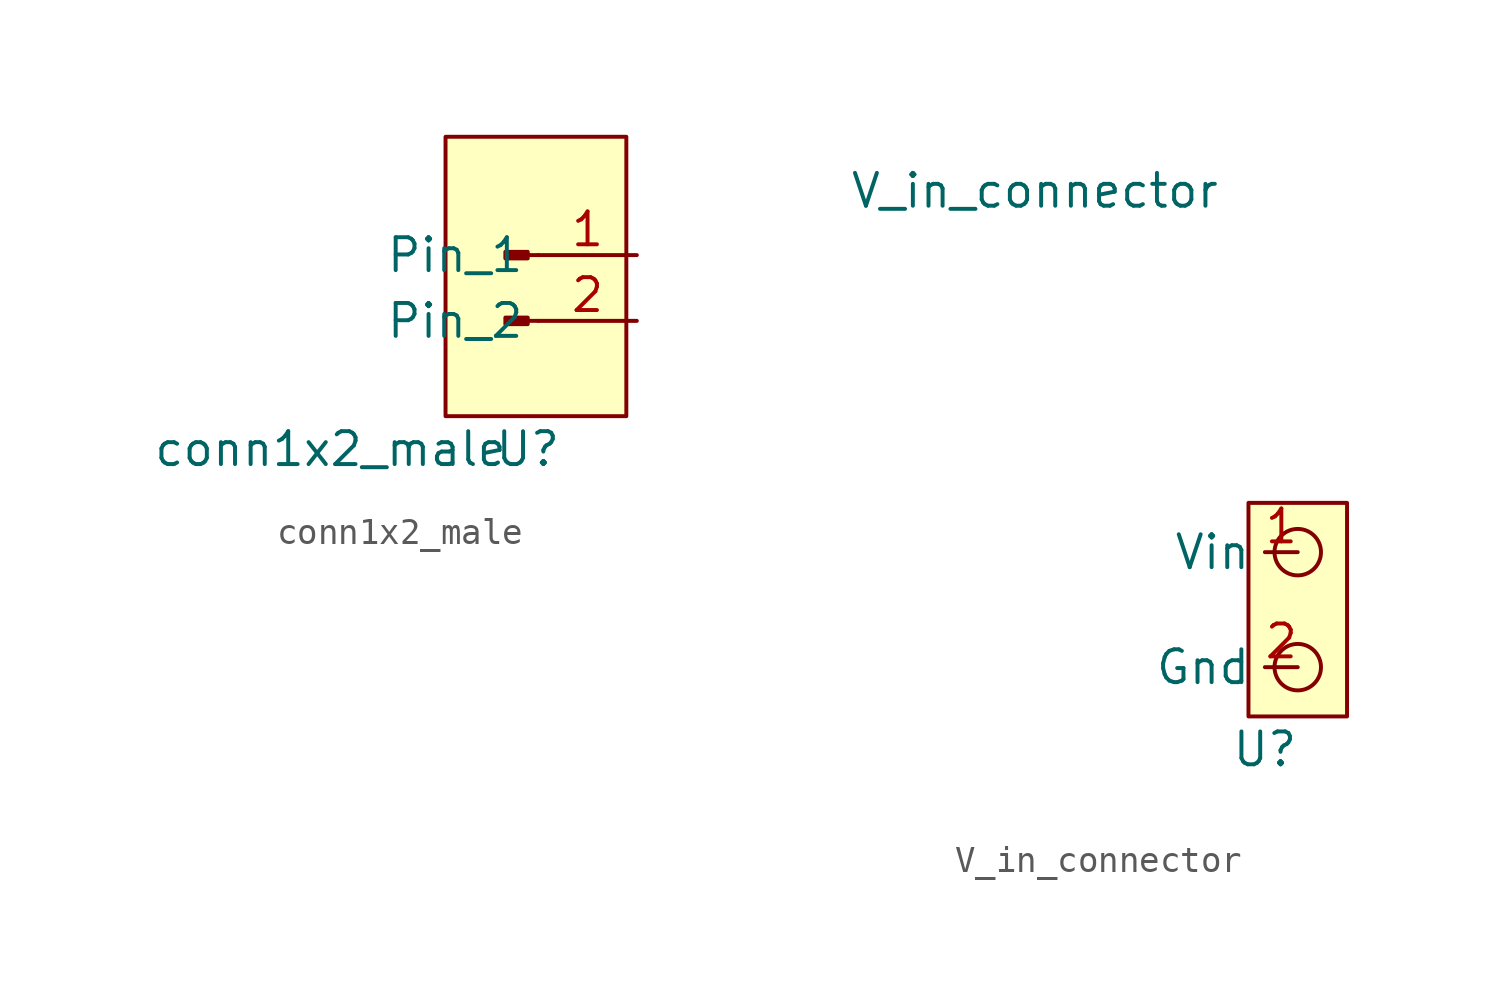
<source format=kicad_sym>
(kicad_symbol_lib
  (version 20211014)
  (generator kicad_symbol_editor)
  (symbol "conn1x2_male"
    (property "Reference" "U"
      (at -0.635 -6.35 0)
      (effects (font (size 1.27 1.27))))
    (property "Value" "conn1x2_male"
      (at -8.255 -6.35 0)
      (effects (font (size 1.27 1.27))))
    (symbol "conn1x2_male_0_1"
      (rectangle (start -3.81 5.715) (end 3.175 -5.08) (stroke (width 0) (type default) (color 0 0 0 0)) (fill (type background))))
    (symbol "conn1x2_male_1_1"
      (rectangle (start -0.635 -1.27) (end -1.499 -1.524) (stroke (width 0.152) (type default) (color 0 0 0 0)) (fill (type outline)))
      (rectangle (start -0.635 1.27) (end -1.499 1.016) (stroke (width 0.152) (type default) (color 0 0 0 0)) (fill (type outline)))
      (polyline (pts (xy -0.229 -1.397) (xy -0.635 -1.397)) (stroke (width 0.152) (type default) (color 0 0 0 0)) (fill (type none)))
      (polyline (pts (xy -0.229 1.143) (xy -0.635 1.143)) (stroke (width 0.152) (type default) (color 0 0 0 0)) (fill (type none)))
      (pin passive line (at 3.581 1.143 180) (length 3.81) (name "Pin_1" (effects (font (size 1.27 1.27)))) (number "1" (effects (font (size 1.27 1.27)))))
      (pin passive line (at 3.581 -1.397 180) (length 3.81) (name "Pin_2" (effects (font (size 1.27 1.27)))) (number "2" (effects (font (size 1.27 1.27)))))))
  (symbol "V_in_connector"
    (property "Reference" "U"
      (at -1.27 -4.445 0)
      (effects (font (size 1.27 1.27))))
    (property "Value" "V_in_connector"
      (at -10.16 17.145 0)
      (effects (font (size 1.27 1.27))))
    (symbol "V_in_connector_0_1"
      (rectangle (start -1.905 5.08) (end 1.905 -3.175) (stroke (width 0) (type default) (color 0 0 0 0)) (fill (type background)))
      (circle (center 0 -1.27) (radius 0.898) (stroke (width 0) (type default) (color 0 0 0 0)) (fill (type none)))
      (circle (center 0 3.175) (radius 0.898) (stroke (width 0) (type default) (color 0 0 0 0)) (fill (type none))))
    (symbol "V_in_connector_1_1"
      (pin power_in line (at 0 3.175 180) (length 1.27) (name "Vin" (effects (font (size 1.27 1.27)))) (number "1" (effects (font (size 1.27 1.27)))))
      (pin power_in line (at 0 -1.27 180) (length 1.27) (name "Gnd" (effects (font (size 1.27 1.27)))) (number "2" (effects (font (size 1.27 1.27))))))))
</source>
